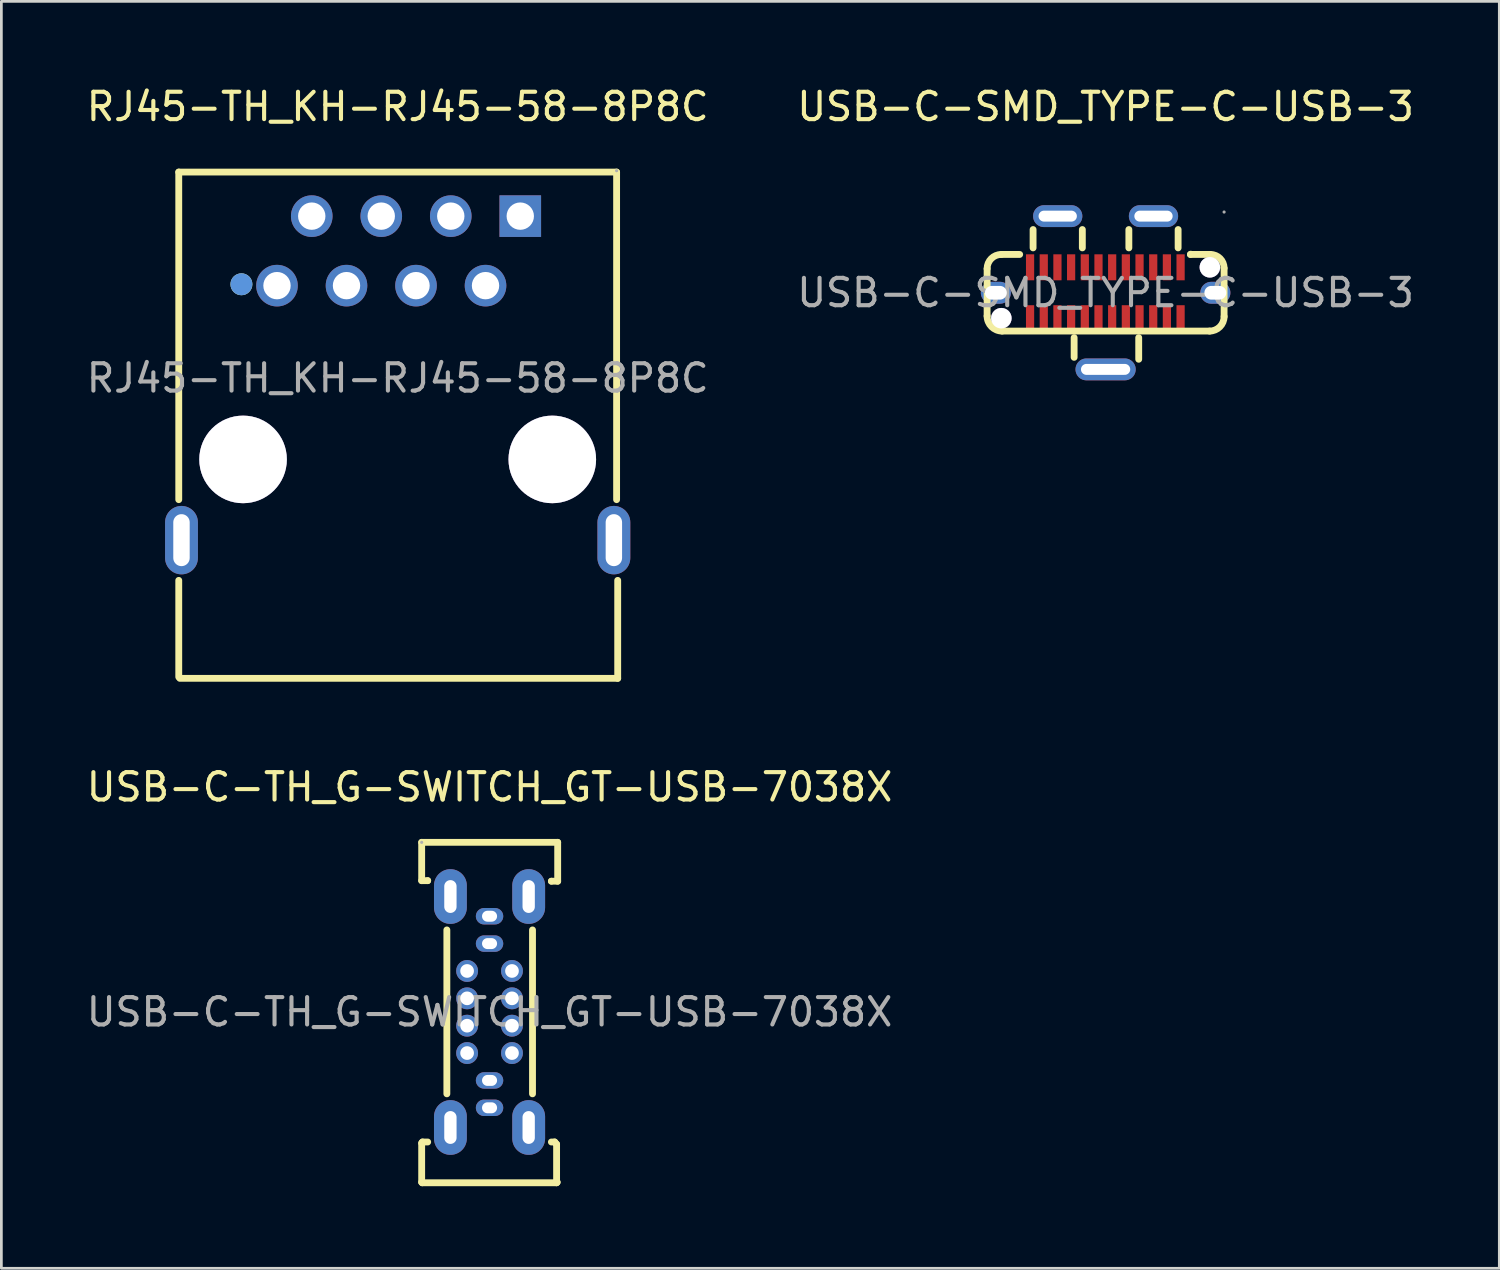
<source format=kicad_pcb>
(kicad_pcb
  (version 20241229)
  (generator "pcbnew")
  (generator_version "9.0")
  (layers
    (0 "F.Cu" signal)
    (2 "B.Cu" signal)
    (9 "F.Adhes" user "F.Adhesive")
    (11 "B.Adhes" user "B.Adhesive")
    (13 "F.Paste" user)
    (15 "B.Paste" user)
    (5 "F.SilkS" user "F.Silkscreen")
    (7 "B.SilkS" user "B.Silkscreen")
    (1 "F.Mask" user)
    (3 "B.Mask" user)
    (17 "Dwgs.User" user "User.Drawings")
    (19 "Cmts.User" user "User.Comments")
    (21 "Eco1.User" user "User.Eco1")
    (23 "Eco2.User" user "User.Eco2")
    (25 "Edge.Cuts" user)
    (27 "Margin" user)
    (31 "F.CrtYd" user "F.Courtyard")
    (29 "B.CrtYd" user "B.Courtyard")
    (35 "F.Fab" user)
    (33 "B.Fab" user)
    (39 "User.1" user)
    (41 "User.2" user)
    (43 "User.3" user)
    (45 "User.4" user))
  (footprint "RJ45-TH_KH-RJ45-58-8P8C"
    (layer "F.Cu")
    (at 11.482 10.768)
    (property "Reference" "RJ45-TH_KH-RJ45-58-8P8C" (at 0 -9.92 0) (layer "F.SilkS") (effects (font (size 1 1) (thickness 0.15))))
    (attr through_hole)
    (fp_line (start -8 -7.53) (end -8 4.44) (stroke (width 0.25) (type solid)) (layer "F.SilkS"))
    (fp_line (start -8 10.92) (end -8 7.39) (stroke (width 0.25) (type solid)) (layer "F.SilkS"))
    (fp_line (start 8 -7.53) (end -8 -7.53) (stroke (width 0.25) (type solid)) (layer "F.SilkS"))
    (fp_line (start 8 -7.53) (end 8 4.44) (stroke (width 0.25) (type solid)) (layer "F.SilkS"))
    (fp_line (start 8.04 7.39) (end 8.04 10.97) (stroke (width 0.25) (type solid)) (layer "F.SilkS"))
    (fp_line (start 8.04 10.97) (end -7.96 10.97) (stroke (width 0.25) (type solid)) (layer "F.SilkS"))
    (fp_circle (center -5.71 -3.43) (end -5.51 -3.43) (stroke (width 0.4) (type solid)) (fill no) (layer "F.SilkS"))
    (fp_circle (center -5.71 -3.43) (end -5.51 -3.43) (stroke (width 0.4) (type solid)) (fill no) (layer "Cmts.User"))
    (fp_circle (center -5.65 2.97) (end -4.9 2.97) (stroke (width 1.5) (type solid)) (fill no) (layer "Cmts.User"))
    (fp_circle (center 5.65 2.97) (end 6.4 2.97) (stroke (width 1.5) (type solid)) (fill no) (layer "Cmts.User"))
    (fp_circle (center 8 -7.58) (end 8.03 -7.58) (stroke (width 0.06) (type solid)) (fill no) (layer "F.Fab"))
    (fp_text user "${REFERENCE}" (at 0 0 0) (layer "F.Fab") (effects (font (size 1 1) (thickness 0.15))))
    (pad "" thru_hole circle (at -5.65 2.97) (size 3.2 3.2) (drill 3.2) (layers "*.Cu" "*.Mask"))
    (pad "" thru_hole circle (at 5.65 2.97) (size 3.2 3.2) (drill 3.2) (layers "*.Cu" "*.Mask"))
    (pad "1" thru_hole circle (at -4.41 -3.38) (size 1.52 1.52) (drill 1) (layers "*.Cu" "*.Mask"))
    (pad "2" thru_hole circle (at -3.14 -5.92) (size 1.52 1.52) (drill 1) (layers "*.Cu" "*.Mask"))
    (pad "3" thru_hole circle (at -1.87 -3.38) (size 1.52 1.52) (drill 1) (layers "*.Cu" "*.Mask"))
    (pad "4" thru_hole circle (at -0.6 -5.92) (size 1.52 1.52) (drill 1) (layers "*.Cu" "*.Mask"))
    (pad "5" thru_hole circle (at 0.67 -3.38) (size 1.52 1.52) (drill 1) (layers "*.Cu" "*.Mask"))
    (pad "6" thru_hole circle (at 1.94 -5.92) (size 1.52 1.52) (drill 1) (layers "*.Cu" "*.Mask"))
    (pad "7" thru_hole circle (at 3.21 -3.38) (size 1.52 1.52) (drill 1) (layers "*.Cu" "*.Mask"))
    (pad "8" thru_hole rect (at 4.48 -5.92) (size 1.52 1.52) (drill 1) (layers "*.Cu" "*.Mask"))
    (pad "9" thru_hole oval (at -7.9 5.92) (size 1.2 2.5) (drill oval 0.6 1.9) (layers "*.Cu" "*.Mask"))
    (pad "10" thru_hole oval (at 7.9 5.92) (size 1.2 2.5) (drill oval 0.6 1.9) (layers "*.Cu" "*.Mask")))
  (footprint "USB-C-SMD_TYPE-C-USB-3"
    (layer "F.Cu")
    (at 37.351 7.648)
    (property "Reference" "USB-C-SMD_TYPE-C-USB-3" (at 0 -6.8 0) (layer "F.SilkS") (effects (font (size 1 1) (thickness 0.15))))
    (attr smd)
    (fp_line (start -4.33 0.85) (end -4.33 -0.88) (stroke (width 0.25) (type solid)) (layer "F.SilkS"))
    (fp_line (start -3.14 -1.4) (end -3.81 -1.4) (stroke (width 0.25) (type solid)) (layer "F.SilkS"))
    (fp_line (start -2.65 -2.31) (end -2.65 -1.64) (stroke (width 0.25) (type solid)) (layer "F.SilkS"))
    (fp_line (start -1.15 2.36) (end -1.15 1.64) (stroke (width 0.25) (type solid)) (layer "F.SilkS"))
    (fp_line (start -0.85 -2.31) (end -0.85 -1.64) (stroke (width 0.25) (type solid)) (layer "F.SilkS"))
    (fp_line (start 0.85 -2.31) (end 0.85 -1.64) (stroke (width 0.25) (type solid)) (layer "F.SilkS"))
    (fp_line (start 1.21 1.64) (end 1.21 2.43) (stroke (width 0.25) (type solid)) (layer "F.SilkS"))
    (fp_line (start 2.65 -2.31) (end 2.65 -1.64) (stroke (width 0.25) (type solid)) (layer "F.SilkS"))
    (fp_line (start 3.1 -1.4) (end 3.83 -1.4) (stroke (width 0.25) (type solid)) (layer "F.SilkS"))
    (fp_line (start 3.8 1.4) (end -3.78 1.4) (stroke (width 0.25) (type solid)) (layer "F.SilkS"))
    (fp_line (start 4.33 -0.9) (end 4.33 0.87) (stroke (width 0.25) (type solid)) (layer "F.SilkS"))
    (fp_arc (start -4.33 -0.88) (mid -4.177696 -1.247696) (end -3.81 -1.4) (stroke (width 0.25) (type solid)) (layer "F.SilkS"))
    (fp_arc (start -3.78 1.4) (mid -4.168909 1.238909) (end -4.33 0.85) (stroke (width 0.25) (type solid)) (layer "F.SilkS"))
    (fp_arc (start 3.11 -1.41) (mid 3.107071 -1.402929) (end 3.1 -1.4) (stroke (width 0.25) (type solid)) (layer "F.SilkS"))
    (fp_arc (start 3.83 -1.4) (mid 4.183553 -1.253553) (end 4.33 -0.9) (stroke (width 0.25) (type solid)) (layer "F.SilkS"))
    (fp_arc (start 4.33 0.87) (mid 4.174767 1.244767) (end 3.8 1.4) (stroke (width 0.25) (type solid)) (layer "F.SilkS"))
    (fp_circle (center -3.81 0.93) (end -3.66 0.93) (stroke (width 0.3) (type solid)) (fill no) (layer "Cmts.User"))
    (fp_circle (center 3.81 -0.93) (end 3.96 -0.93) (stroke (width 0.3) (type solid)) (fill no) (layer "Cmts.User"))
    (fp_circle (center 4.33 -2.95) (end 4.36 -2.95) (stroke (width 0.06) (type solid)) (fill no) (layer "F.Fab"))
    (fp_text user "${REFERENCE}" (at 0 0 0) (layer "F.Fab") (effects (font (size 1 1) (thickness 0.15))))
    (pad "" thru_hole circle (at -3.81 0.93) (size 0.75 0.75) (drill 0.75) (layers "*.Cu" "*.Mask"))
    (pad "" thru_hole circle (at 3.81 -0.93) (size 0.75 0.75) (drill 0.75) (layers "*.Cu" "*.Mask"))
    (pad "0" thru_hole oval (at -4.01 0) (size 1.1 0.8) (drill oval 0.8 0.5) (layers "*.Cu" "*.Mask"))
    (pad "0" thru_hole oval (at -1.75 -2.8 90) (size 0.8 1.8) (drill oval 0.4 1.4) (layers "*.Cu" "*.Mask"))
    (pad "0" thru_hole oval (at 0 2.8 90) (size 0.8 2.2) (drill oval 0.4 1.8) (layers "*.Cu" "*.Mask"))
    (pad "0" thru_hole oval (at 1.75 -2.8 90) (size 0.8 1.8) (drill oval 0.4 1.4) (layers "*.Cu" "*.Mask"))
    (pad "0" thru_hole oval (at 4.01 0) (size 1.1 0.8) (drill oval 0.8 0.5) (layers "*.Cu" "*.Mask"))
    (pad "A1" smd rect (at 2.74 -0.93 180) (size 0.3 0.95) (layers "F.Cu" "F.Mask" "F.Paste"))
    (pad "A2" smd rect (at 2.24 -0.93 180) (size 0.3 0.95) (layers "F.Cu" "F.Mask" "F.Paste"))
    (pad "A3" smd rect (at 1.74 -0.93 180) (size 0.3 0.95) (layers "F.Cu" "F.Mask" "F.Paste"))
    (pad "A4" smd rect (at 1.24 -0.93 180) (size 0.3 0.95) (layers "F.Cu" "F.Mask" "F.Paste"))
    (pad "A5" smd rect (at 0.74 -0.93 180) (size 0.3 0.95) (layers "F.Cu" "F.Mask" "F.Paste"))
    (pad "A6" smd rect (at 0.24 -0.93 180) (size 0.3 0.95) (layers "F.Cu" "F.Mask" "F.Paste"))
    (pad "A7" smd rect (at -0.26 -0.93 180) (size 0.3 0.95) (layers "F.Cu" "F.Mask" "F.Paste"))
    (pad "A8" smd rect (at -0.76 -0.93 180) (size 0.3 0.95) (layers "F.Cu" "F.Mask" "F.Paste"))
    (pad "A9" smd rect (at -1.26 -0.93 180) (size 0.3 0.95) (layers "F.Cu" "F.Mask" "F.Paste"))
    (pad "A10" smd rect (at -1.76 -0.93 180) (size 0.3 0.95) (layers "F.Cu" "F.Mask" "F.Paste"))
    (pad "A11" smd rect (at -2.26 -0.93 180) (size 0.3 0.95) (layers "F.Cu" "F.Mask" "F.Paste"))
    (pad "A12" smd rect (at -2.76 -0.93 180) (size 0.3 0.95) (layers "F.Cu" "F.Mask" "F.Paste"))
    (pad "B1" smd rect (at -2.76 0.93) (size 0.3 0.95) (layers "F.Cu" "F.Mask" "F.Paste"))
    (pad "B2" smd rect (at -2.26 0.93) (size 0.3 0.95) (layers "F.Cu" "F.Mask" "F.Paste"))
    (pad "B3" smd rect (at -1.76 0.93) (size 0.3 0.95) (layers "F.Cu" "F.Mask" "F.Paste"))
    (pad "B4" smd rect (at -1.26 0.93) (size 0.3 0.95) (layers "F.Cu" "F.Mask" "F.Paste"))
    (pad "B5" smd rect (at -0.76 0.93) (size 0.3 0.95) (layers "F.Cu" "F.Mask" "F.Paste"))
    (pad "B6" smd rect (at -0.26 0.93) (size 0.3 0.95) (layers "F.Cu" "F.Mask" "F.Paste"))
    (pad "B7" smd rect (at 0.24 0.93) (size 0.3 0.95) (layers "F.Cu" "F.Mask" "F.Paste"))
    (pad "B8" smd rect (at 0.74 0.93) (size 0.3 0.95) (layers "F.Cu" "F.Mask" "F.Paste"))
    (pad "B9" smd rect (at 1.24 0.93) (size 0.3 0.95) (layers "F.Cu" "F.Mask" "F.Paste"))
    (pad "B10" smd rect (at 1.74 0.93) (size 0.3 0.95) (layers "F.Cu" "F.Mask" "F.Paste"))
    (pad "B11" smd rect (at 2.24 0.93) (size 0.3 0.95) (layers "F.Cu" "F.Mask" "F.Paste"))
    (pad "B12" smd rect (at 2.74 0.93) (size 0.3 0.95) (layers "F.Cu" "F.Mask" "F.Paste")))
  (footprint "USB-C-TH_G-SWITCH_GT-USB-7038X"
    (layer "F.Cu")
    (at 14.839 33.931)
    (property "Reference" "USB-C-TH_G-SWITCH_GT-USB-7038X" (at 0 -8.22 0) (layer "F.SilkS") (effects (font (size 1 1) (thickness 0.15))))
    (attr through_hole)
    (fp_line (start -2.48 -6.2) (end -2.48 -4.8) (stroke (width 0.25) (type solid)) (layer "F.SilkS"))
    (fp_line (start -2.48 -6.2) (end 2.49 -6.2) (stroke (width 0.25) (type solid)) (layer "F.SilkS"))
    (fp_line (start -2.48 -4.8) (end -2.26 -4.8) (stroke (width 0.25) (type solid)) (layer "F.SilkS"))
    (fp_line (start -2.48 4.79) (end -2.45 4.75) (stroke (width 0.25) (type solid)) (layer "F.SilkS"))
    (fp_line (start -2.48 6.22) (end -2.48 4.79) (stroke (width 0.25) (type solid)) (layer "F.SilkS"))
    (fp_line (start -2.46 6.24) (end -2.48 6.22) (stroke (width 0.25) (type solid)) (layer "F.SilkS"))
    (fp_line (start -2.45 4.75) (end -2.26 4.75) (stroke (width 0.25) (type solid)) (layer "F.SilkS"))
    (fp_line (start -2.26 -4.8) (end -2.26 -4.8) (stroke (width 0.25) (type solid)) (layer "F.SilkS"))
    (fp_line (start -1.56 -3) (end -1.56 2.99) (stroke (width 0.25) (type solid)) (layer "F.SilkS"))
    (fp_line (start 1.57 -3) (end 1.57 2.99) (stroke (width 0.25) (type solid)) (layer "F.SilkS"))
    (fp_line (start 2.26 -4.78) (end 2.26 -4.78) (stroke (width 0.25) (type solid)) (layer "F.SilkS"))
    (fp_line (start 2.38 4.75) (end 2.26 4.75) (stroke (width 0.25) (type solid)) (layer "F.SilkS"))
    (fp_line (start 2.45 4.83) (end 2.38 4.75) (stroke (width 0.25) (type solid)) (layer "F.SilkS"))
    (fp_line (start 2.45 6.2) (end 2.45 4.83) (stroke (width 0.25) (type solid)) (layer "F.SilkS"))
    (fp_line (start 2.45 6.24) (end -2.46 6.24) (stroke (width 0.25) (type solid)) (layer "F.SilkS"))
    (fp_line (start 2.47 6.22) (end 2.45 6.2) (stroke (width 0.25) (type solid)) (layer "F.SilkS"))
    (fp_line (start 2.47 6.22) (end 2.45 6.24) (stroke (width 0.25) (type solid)) (layer "F.SilkS"))
    (fp_line (start 2.49 -6.2) (end 2.49 -4.78) (stroke (width 0.25) (type solid)) (layer "F.SilkS"))
    (fp_line (start 2.49 -4.78) (end 2.26 -4.78) (stroke (width 0.25) (type solid)) (layer "F.SilkS"))
    (fp_circle (center -2.48 -6.2) (end -2.45 -6.2) (stroke (width 0.06) (type solid)) (fill no) (layer "F.Fab"))
    (fp_text user "${REFERENCE}" (at 0 0 0) (layer "F.Fab") (effects (font (size 1 1) (thickness 0.15))))
    (pad "13" thru_hole oval (at -1.43 -4.22) (size 1.2 2) (drill oval 0.45 1.2) (layers "*.Cu" "*.Mask"))
    (pad "13" thru_hole oval (at -1.43 4.22 180) (size 1.2 2) (drill oval 0.45 1.2) (layers "*.Cu" "*.Mask"))
    (pad "13" thru_hole oval (at 1.43 -4.22) (size 1.2 2) (drill oval 0.45 1.2) (layers "*.Cu" "*.Mask"))
    (pad "13" thru_hole oval (at 1.43 4.22) (size 1.2 2) (drill oval 0.45 1.2) (layers "*.Cu" "*.Mask"))
    (pad "A1" thru_hole oval (at 0 3.5 90) (size 0.6 1) (drill oval 0.4 0.55) (layers "*.Cu" "*.Mask"))
    (pad "A4" thru_hole oval (at 0 2.5 90) (size 0.6 1) (drill oval 0.4 0.55) (layers "*.Cu" "*.Mask"))
    (pad "A5" thru_hole circle (at -0.82 1.5) (size 0.8 0.8) (drill 0.5) (layers "*.Cu" "*.Mask"))
    (pad "A6" thru_hole circle (at -0.82 0.5) (size 0.8 0.8) (drill 0.5) (layers "*.Cu" "*.Mask"))
    (pad "A7" thru_hole circle (at -0.82 -0.5) (size 0.8 0.8) (drill 0.5) (layers "*.Cu" "*.Mask"))
    (pad "A8" thru_hole circle (at -0.82 -1.5) (size 0.8 0.8) (drill 0.5) (layers "*.Cu" "*.Mask"))
    (pad "A9" thru_hole oval (at 0 -2.5 90) (size 0.6 1) (drill oval 0.4 0.55) (layers "*.Cu" "*.Mask"))
    (pad "A12" thru_hole oval (at 0 -3.5 90) (size 0.6 1) (drill oval 0.4 0.55) (layers "*.Cu" "*.Mask"))
    (pad "B5" thru_hole circle (at 0.82 -1.5) (size 0.8 0.8) (drill 0.5) (layers "*.Cu" "*.Mask"))
    (pad "B6" thru_hole circle (at 0.82 -0.5) (size 0.8 0.8) (drill 0.5) (layers "*.Cu" "*.Mask"))
    (pad "B7" thru_hole circle (at 0.82 0.5) (size 0.8 0.8) (drill 0.5) (layers "*.Cu" "*.Mask"))
    (pad "B8" thru_hole circle (at 0.82 1.5) (size 0.8 0.8) (drill 0.5) (layers "*.Cu" "*.Mask")))
  (gr_rect
    (start -3 -3)
    (end 51.738 43.297)
    (stroke (width 0.1) (type default))
    (fill no)
    (layer "Edge.Cuts")))
</source>
